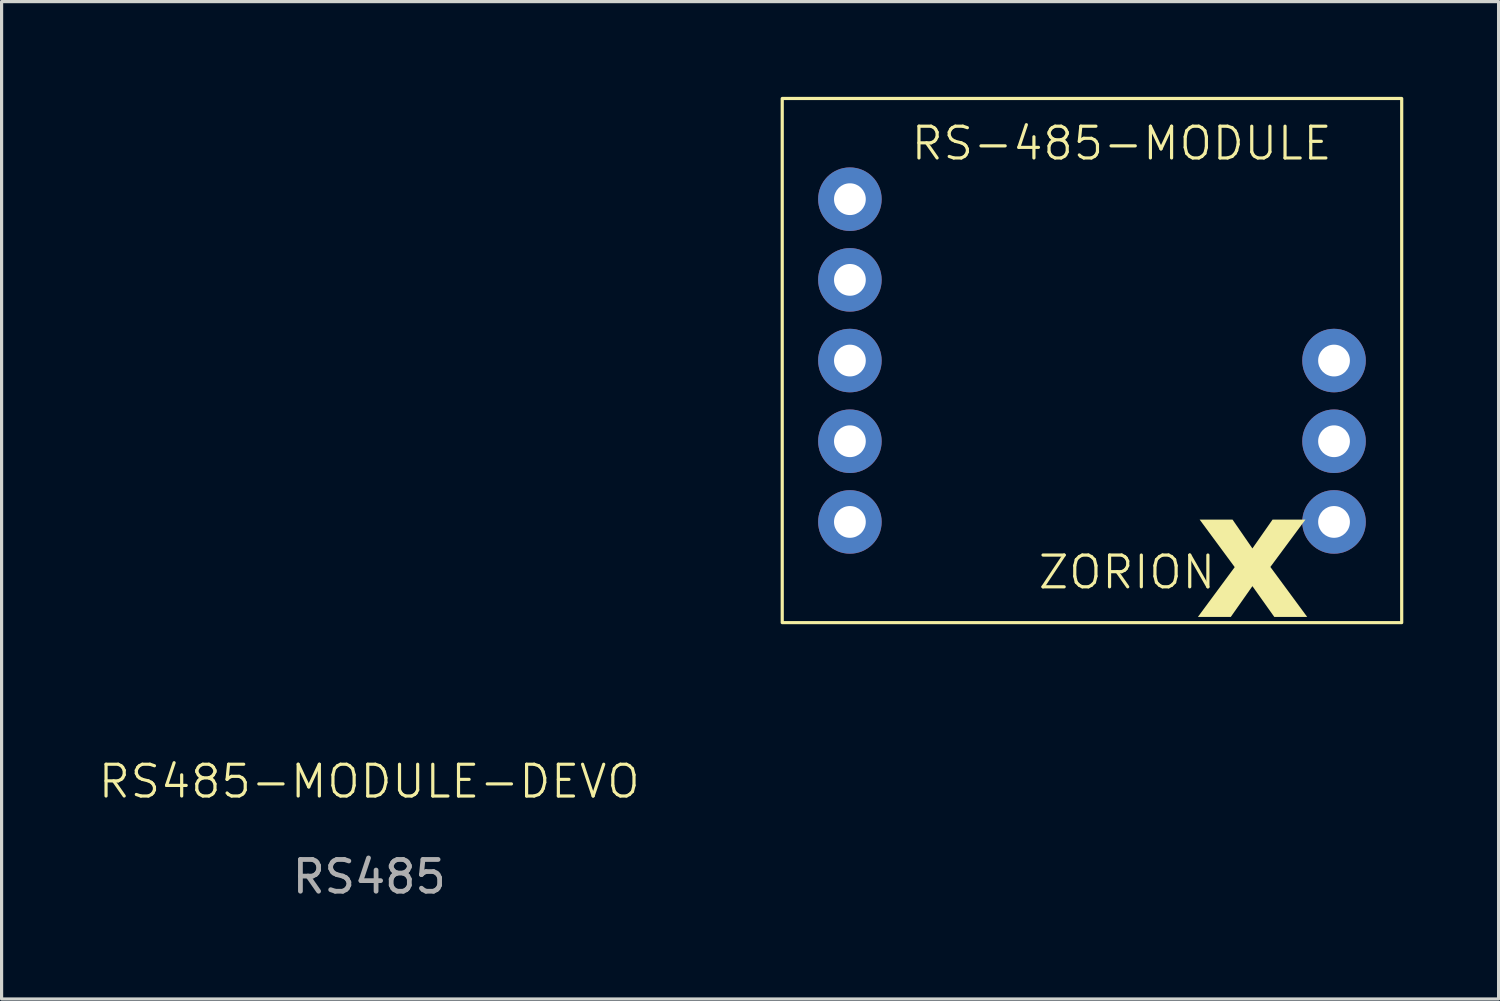
<source format=kicad_pcb>
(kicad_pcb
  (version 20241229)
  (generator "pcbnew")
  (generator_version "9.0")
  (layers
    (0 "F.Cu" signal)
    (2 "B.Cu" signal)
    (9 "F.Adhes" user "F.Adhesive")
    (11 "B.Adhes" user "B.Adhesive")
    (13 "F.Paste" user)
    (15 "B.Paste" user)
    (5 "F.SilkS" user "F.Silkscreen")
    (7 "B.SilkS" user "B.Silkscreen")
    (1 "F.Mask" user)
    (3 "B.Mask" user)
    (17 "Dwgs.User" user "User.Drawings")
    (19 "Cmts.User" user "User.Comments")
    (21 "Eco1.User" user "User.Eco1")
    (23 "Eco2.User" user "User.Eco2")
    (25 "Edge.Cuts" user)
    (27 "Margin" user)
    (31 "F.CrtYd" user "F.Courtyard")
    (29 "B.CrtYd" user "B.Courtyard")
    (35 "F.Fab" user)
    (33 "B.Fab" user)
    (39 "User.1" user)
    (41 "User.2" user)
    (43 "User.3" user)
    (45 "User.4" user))
  (footprint "RS485-MODULE-DEVO"
    (layer "F.Cu")
    (at 21.574 16.55)
    (property "Reference" "RS485-MODULE-DEVO" (at -13 5 0) (unlocked yes) (layer "F.SilkS") (effects (font (size 1 1) (thickness 0.1))))
    (attr smd)
    (fp_rect (start 0 -16.5) (end 19.5 0) (stroke (width 0.1) (type solid)) (fill no) (layer "F.SilkS"))
    (fp_text user "RS-485-MODULE" (at 4 -14.5 0) (unlocked yes) (layer "F.SilkS") (effects (font (size 1 1) (thickness 0.1)) (justify left bottom)))
    (fp_text user "x" (at 13 0.5 0) (unlocked yes) (layer "F.SilkS") (effects (font (face "Britannic Bold") (size 4 4) (thickness 0.2) (bold yes)) (justify left bottom)))
    (fp_text user "ZORION" (at 8 -1 0) (unlocked yes) (layer "F.SilkS") (effects (font (size 1 1) (thickness 0.1)) (justify left bottom)))
    (fp_text user "RS485" (at -13 8 0) (unlocked yes) (layer "F.Fab") (effects (font (size 1 1) (thickness 0.15))))
    (pad "1" thru_hole circle (at 2.13 -3.17) (size 2 2) (drill 1) (layers "*.Cu" "*.Mask"))
    (pad "1" thru_hole circle (at 17.37 -8.25) (size 2 2) (drill 1) (layers "*.Cu" "*.Mask"))
    (pad "2" thru_hole circle (at 2.13 -5.71) (size 2 2) (drill 1) (layers "*.Cu" "*.Mask"))
    (pad "2" thru_hole circle (at 17.37 -5.71) (size 2 2) (drill 1) (layers "*.Cu" "*.Mask"))
    (pad "3" thru_hole circle (at 2.13 -8.25) (size 2 2) (drill 1) (layers "*.Cu" "*.Mask"))
    (pad "3" thru_hole circle (at 17.37 -3.17) (size 2 2) (drill 1) (layers "*.Cu" "*.Mask"))
    (pad "4" thru_hole circle (at 2.13 -10.79) (size 2 2) (drill 1) (layers "*.Cu" "*.Mask"))
    (pad "5" thru_hole circle (at 2.13 -13.33) (size 2 2) (drill 1) (layers "*.Cu" "*.Mask")))
  (gr_rect
    (start -3 -3)
    (end 44.124 28.398)
    (stroke (width 0.1) (type default))
    (fill no)
    (layer "Edge.Cuts")))
</source>
